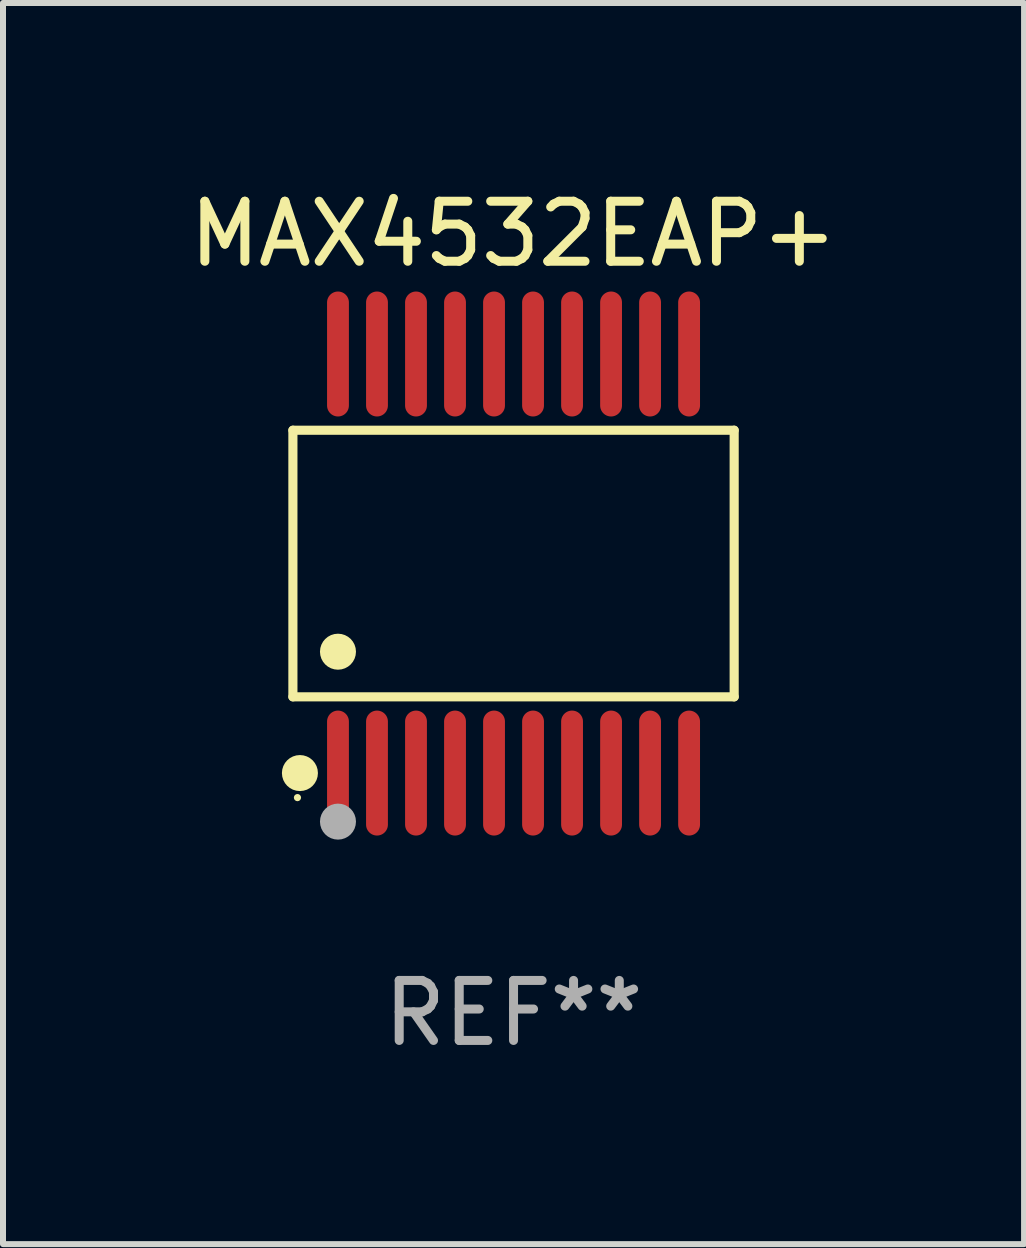
<source format=kicad_pcb>
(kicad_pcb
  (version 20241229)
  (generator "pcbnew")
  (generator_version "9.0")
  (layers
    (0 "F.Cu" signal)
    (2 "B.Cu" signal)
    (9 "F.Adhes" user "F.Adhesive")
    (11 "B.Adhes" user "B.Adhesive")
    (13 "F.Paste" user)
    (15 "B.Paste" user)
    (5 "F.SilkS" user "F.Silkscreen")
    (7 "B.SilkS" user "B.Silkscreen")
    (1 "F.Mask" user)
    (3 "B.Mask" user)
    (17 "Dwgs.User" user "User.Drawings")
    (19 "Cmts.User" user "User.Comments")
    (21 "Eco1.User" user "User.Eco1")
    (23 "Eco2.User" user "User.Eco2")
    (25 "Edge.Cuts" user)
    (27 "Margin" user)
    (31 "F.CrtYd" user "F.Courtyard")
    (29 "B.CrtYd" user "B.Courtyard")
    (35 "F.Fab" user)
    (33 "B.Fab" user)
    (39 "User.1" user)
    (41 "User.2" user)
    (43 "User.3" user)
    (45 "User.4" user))
  (footprint "MAX4532EAP+"
    (layer "F.Cu")
    (at 5.506 6.339)
    (property "Reference" "MAX4532EAP+" (at 0 -5.491 0) (layer "F.SilkS") (effects (font (size 1 1) (thickness 0.15))))
    (attr through_hole)
    (fp_line (start -3.676 -2.221) (end 3.676 -2.221) (stroke (width 0.152) (type solid)) (layer "F.SilkS"))
    (fp_line (start -3.676 2.221) (end -3.676 -2.221) (stroke (width 0.152) (type solid)) (layer "F.SilkS"))
    (fp_line (start 3.676 -2.221) (end 3.676 2.221) (stroke (width 0.152) (type solid)) (layer "F.SilkS"))
    (fp_line (start 3.676 2.221) (end -3.676 2.221) (stroke (width 0.152) (type solid)) (layer "F.SilkS"))
    (fp_circle (center -3.6 3.9) (end -3.57 3.9) (stroke (width 0.06) (type solid)) (fill no) (layer "F.SilkS"))
    (fp_circle (center -3.559 3.491) (end -3.409 3.491) (stroke (width 0.3) (type solid)) (fill no) (layer "F.SilkS"))
    (fp_circle (center -2.925 1.469) (end -2.775 1.469) (stroke (width 0.3) (type solid)) (fill no) (layer "F.SilkS"))
    (fp_circle (center -2.925 4.3) (end -2.775 4.3) (stroke (width 0.3) (type solid)) (fill no) (layer "F.Fab"))
    (fp_text user "REF**" (at 0 7.491 0) (layer "F.Fab") (effects (font (size 1 1) (thickness 0.15))))
    (pad "1" smd oval (at -2.925 3.491) (size 0.364 2.082) (layers "F.Cu" "F.Mask" "F.Paste"))
    (pad "2" smd oval (at -2.275 3.491) (size 0.364 2.082) (layers "F.Cu" "F.Mask" "F.Paste"))
    (pad "3" smd oval (at -1.625 3.491) (size 0.364 2.082) (layers "F.Cu" "F.Mask" "F.Paste"))
    (pad "4" smd oval (at -0.975 3.491) (size 0.364 2.082) (layers "F.Cu" "F.Mask" "F.Paste"))
    (pad "5" smd oval (at -0.325 3.491) (size 0.364 2.082) (layers "F.Cu" "F.Mask" "F.Paste"))
    (pad "6" smd oval (at 0.325 3.491) (size 0.364 2.082) (layers "F.Cu" "F.Mask" "F.Paste"))
    (pad "7" smd oval (at 0.975 3.491) (size 0.364 2.082) (layers "F.Cu" "F.Mask" "F.Paste"))
    (pad "8" smd oval (at 1.625 3.491) (size 0.364 2.082) (layers "F.Cu" "F.Mask" "F.Paste"))
    (pad "9" smd oval (at 2.275 3.491) (size 0.364 2.082) (layers "F.Cu" "F.Mask" "F.Paste"))
    (pad "10" smd oval (at 2.925 3.491) (size 0.364 2.082) (layers "F.Cu" "F.Mask" "F.Paste"))
    (pad "11" smd oval (at 2.925 -3.491) (size 0.364 2.082) (layers "F.Cu" "F.Mask" "F.Paste"))
    (pad "12" smd oval (at 2.275 -3.491) (size 0.364 2.082) (layers "F.Cu" "F.Mask" "F.Paste"))
    (pad "13" smd oval (at 1.625 -3.491) (size 0.364 2.082) (layers "F.Cu" "F.Mask" "F.Paste"))
    (pad "14" smd oval (at 0.975 -3.491) (size 0.364 2.082) (layers "F.Cu" "F.Mask" "F.Paste"))
    (pad "15" smd oval (at 0.325 -3.491) (size 0.364 2.082) (layers "F.Cu" "F.Mask" "F.Paste"))
    (pad "16" smd oval (at -0.325 -3.491) (size 0.364 2.082) (layers "F.Cu" "F.Mask" "F.Paste"))
    (pad "17" smd oval (at -0.975 -3.491) (size 0.364 2.082) (layers "F.Cu" "F.Mask" "F.Paste"))
    (pad "18" smd oval (at -1.625 -3.491) (size 0.364 2.082) (layers "F.Cu" "F.Mask" "F.Paste"))
    (pad "19" smd oval (at -2.275 -3.491) (size 0.364 2.082) (layers "F.Cu" "F.Mask" "F.Paste"))
    (pad "20" smd oval (at -2.925 -3.491) (size 0.364 2.082) (layers "F.Cu" "F.Mask" "F.Paste")))
  (gr_rect
    (start -3 -3)
    (end 14.012 17.678)
    (stroke (width 0.1) (type default))
    (fill no)
    (layer "Edge.Cuts")))
</source>
